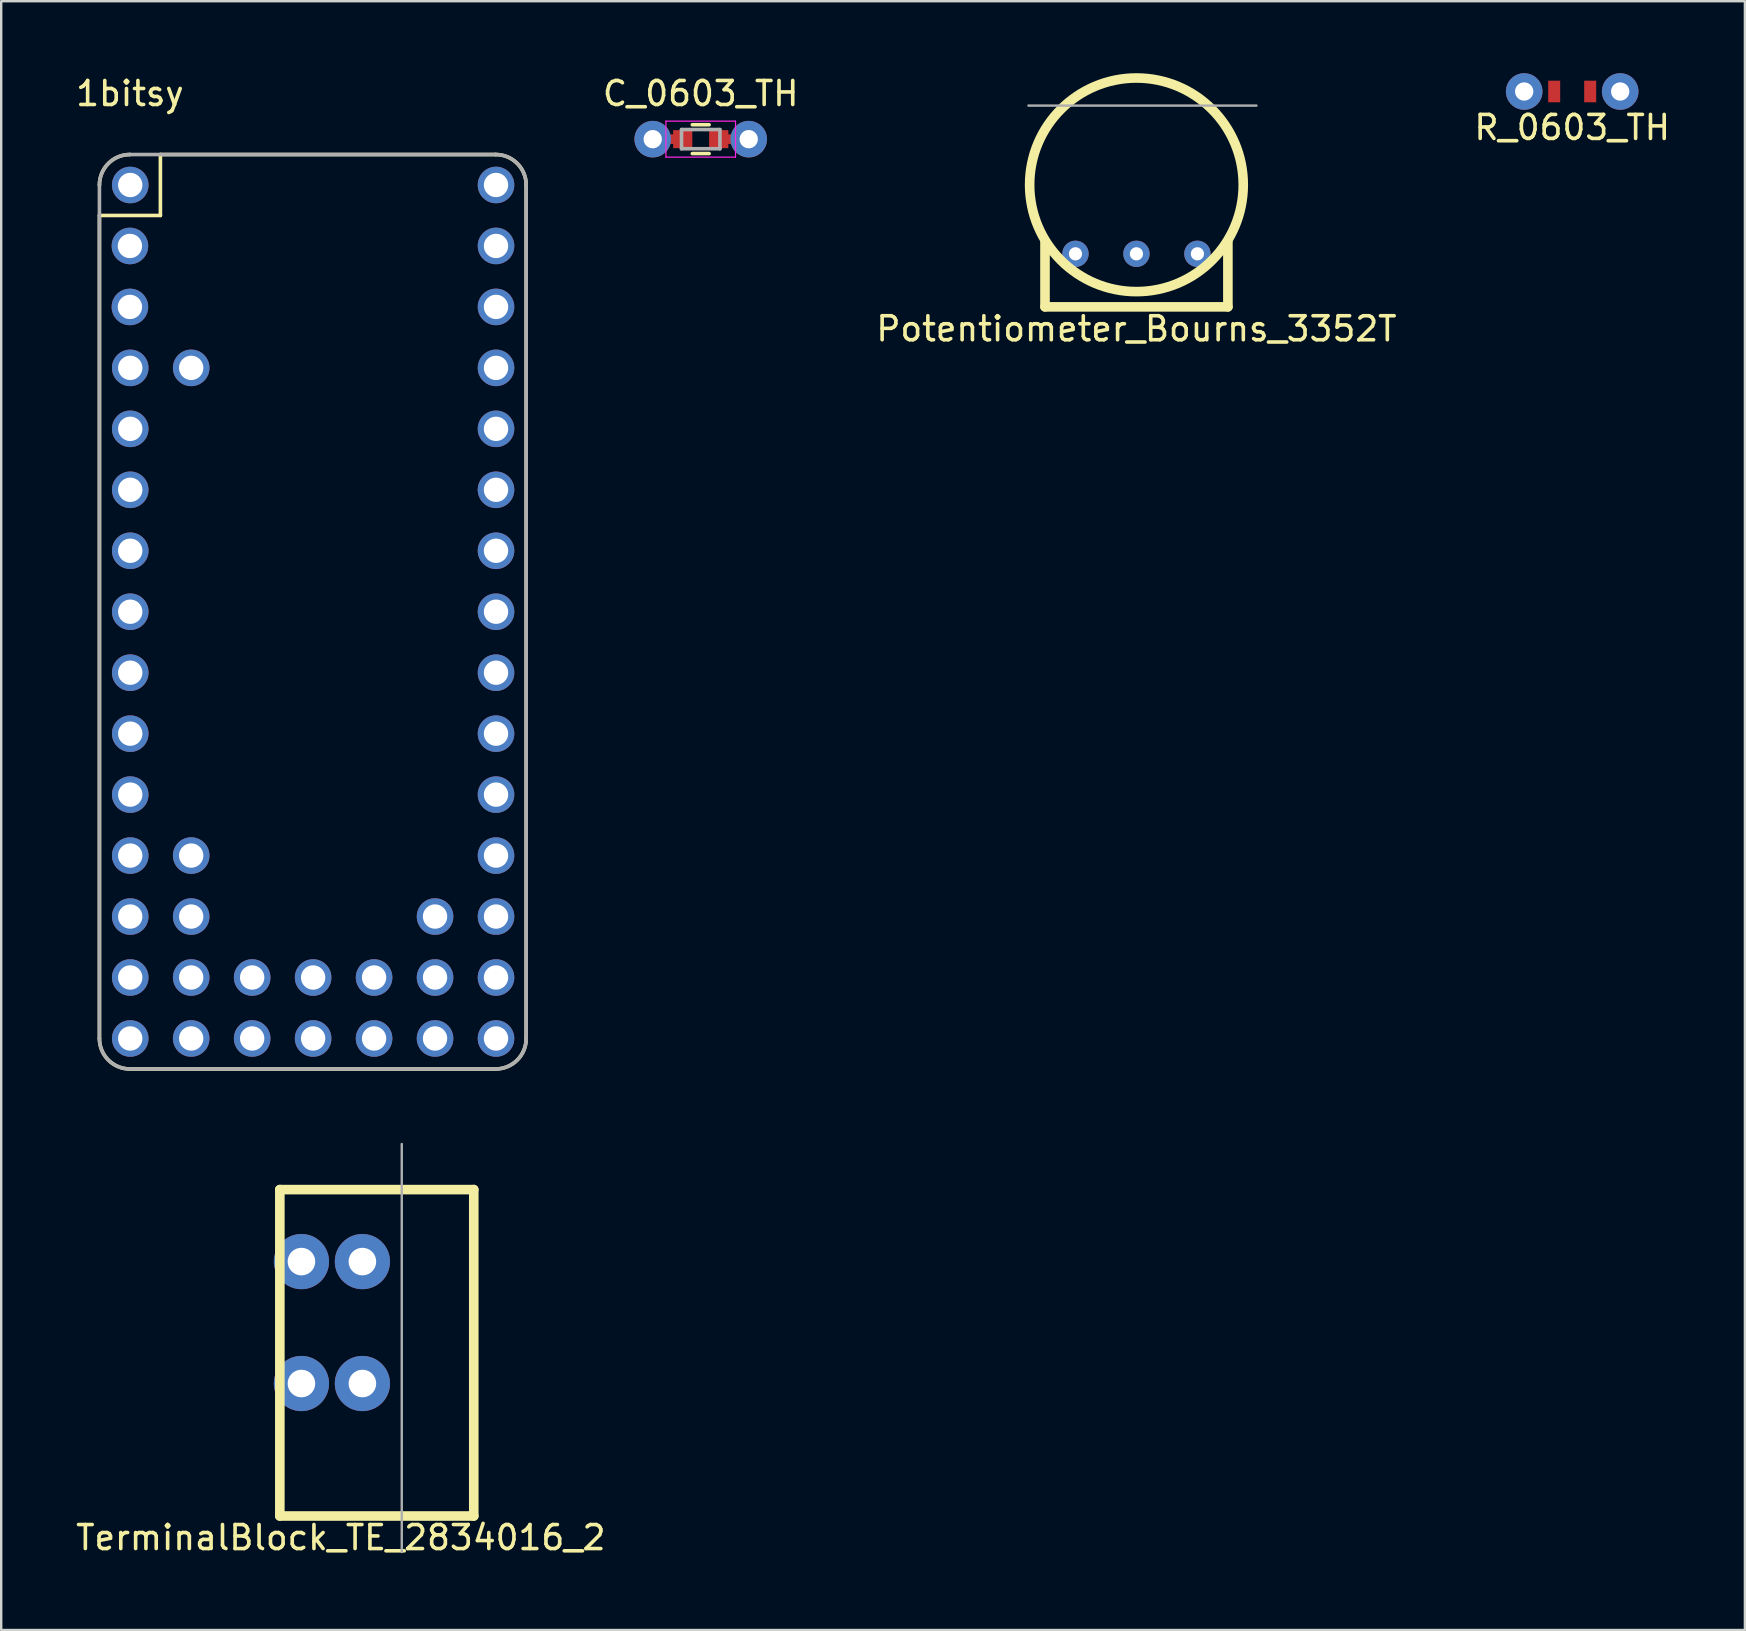
<source format=kicad_pcb>
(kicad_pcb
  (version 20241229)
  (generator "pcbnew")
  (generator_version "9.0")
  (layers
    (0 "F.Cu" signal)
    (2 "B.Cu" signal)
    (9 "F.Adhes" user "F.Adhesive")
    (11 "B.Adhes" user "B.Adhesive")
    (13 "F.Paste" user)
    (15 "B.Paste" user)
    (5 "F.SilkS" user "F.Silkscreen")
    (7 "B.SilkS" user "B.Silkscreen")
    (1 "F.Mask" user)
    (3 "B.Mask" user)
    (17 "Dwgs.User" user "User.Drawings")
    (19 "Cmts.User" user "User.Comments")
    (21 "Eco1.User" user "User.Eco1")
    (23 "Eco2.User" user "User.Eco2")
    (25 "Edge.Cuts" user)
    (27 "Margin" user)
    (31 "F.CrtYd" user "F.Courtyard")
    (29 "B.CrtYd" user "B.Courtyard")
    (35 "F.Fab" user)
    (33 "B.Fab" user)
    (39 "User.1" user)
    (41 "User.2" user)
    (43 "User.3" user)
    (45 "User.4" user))
  (footprint "R_0603_TH"
    (layer "F.Cu")
    (at 60.454 0.762)
    (property "Reference" "R_0603_TH" (at 2 1.5 0) (layer "F.SilkS") (effects (font (size 1 1) (thickness 0.15))))
    (attr through_hole)
    (pad "1" thru_hole circle (at 0 0) (size 1.524 1.524) (drill 0.762) (layers "*.Cu" "*.Mask"))
    (pad "1" smd rect (at 1.25 0) (size 0.5 0.9) (layers "F.Cu" "F.Mask" "F.Paste"))
    (pad "2" smd rect (at 2.75 0) (size 0.5 0.9) (layers "F.Cu" "F.Mask" "F.Paste"))
    (pad "2" thru_hole circle (at 4 0) (size 1.524 1.524) (drill 0.762) (layers "*.Cu" "*.Mask")))
  (footprint "1bitsy"
    (layer "F.Cu")
    (at 2.363 4.658)
    (property "Reference" "1bitsy" (at 0 -3.81 0) (layer "F.SilkS") (effects (font (size 1 1) (thickness 0.15))))
    (attr through_hole)
    (fp_line (start -1.27 1.27) (end -1.27 35.56) (stroke (width 0.15) (type solid)) (layer "F.SilkS"))
    (fp_line (start 0 36.83) (end 15.24 36.83) (stroke (width 0.15) (type solid)) (layer "F.SilkS"))
    (fp_line (start 1.27 -1.27) (end 1.27 1.27) (stroke (width 0.15) (type solid)) (layer "F.SilkS"))
    (fp_line (start 1.27 -1.27) (end 15.24 -1.27) (stroke (width 0.15) (type solid)) (layer "F.SilkS"))
    (fp_line (start 1.27 1.27) (end -1.27 1.27) (stroke (width 0.15) (type solid)) (layer "F.SilkS"))
    (fp_line (start 16.51 35.56) (end 16.51 0) (stroke (width 0.15) (type solid)) (layer "F.SilkS"))
    (fp_arc (start -1.27 0) (mid -0.898026 -0.898026) (end 0 -1.27) (stroke (width 0.15) (type solid)) (layer "F.SilkS"))
    (fp_arc (start 0 36.83) (mid -0.898026 36.458026) (end -1.27 35.56) (stroke (width 0.15) (type solid)) (layer "F.SilkS"))
    (fp_arc (start 15.24 -1.27) (mid 16.138026 -0.898026) (end 16.51 0) (stroke (width 0.15) (type solid)) (layer "F.SilkS"))
    (fp_arc (start 16.51 35.56) (mid 16.138026 36.458026) (end 15.24 36.83) (stroke (width 0.15) (type solid)) (layer "F.SilkS"))
    (fp_line (start -1.27 35.56) (end -1.27 0) (stroke (width 0.15) (type solid)) (layer "F.Fab"))
    (fp_line (start 0 -1.27) (end 15.24 -1.27) (stroke (width 0.15) (type solid)) (layer "F.Fab"))
    (fp_line (start 15.24 36.83) (end 0 36.83) (stroke (width 0.15) (type solid)) (layer "F.Fab"))
    (fp_line (start 16.51 0) (end 16.51 35.56) (stroke (width 0.15) (type solid)) (layer "F.Fab"))
    (fp_arc (start -1.27 0) (mid -0.898026 -0.898026) (end 0 -1.27) (stroke (width 0.15) (type solid)) (layer "F.Fab"))
    (fp_arc (start 0 36.83) (mid -0.898026 36.458026) (end -1.27 35.56) (stroke (width 0.15) (type solid)) (layer "F.Fab"))
    (fp_arc (start 15.24 -1.27) (mid 16.138026 -0.898026) (end 16.51 0) (stroke (width 0.15) (type solid)) (layer "F.Fab"))
    (fp_arc (start 16.51 35.56) (mid 16.138026 36.458026) (end 15.24 36.83) (stroke (width 0.15) (type solid)) (layer "F.Fab"))
    (pad "1" thru_hole circle (at 0.013 0 270) (size 1.524 1.524) (drill 1.016) (layers "*.Cu" "*.Mask"))
    (pad "2" thru_hole circle (at 0 2.54 270) (size 1.524 1.524) (drill 1.016) (layers "*.Cu" "*.Mask"))
    (pad "3" thru_hole circle (at 0 5.08 270) (size 1.524 1.524) (drill 1.016) (layers "*.Cu" "*.Mask"))
    (pad "4" thru_hole circle (at 0.013 7.619 270) (size 1.524 1.524) (drill 1.016) (layers "*.Cu" "*.Mask"))
    (pad "5" thru_hole circle (at 0.013 10.159 270) (size 1.524 1.524) (drill 1.016) (layers "*.Cu" "*.Mask"))
    (pad "6" thru_hole circle (at 0.013 12.699 270) (size 1.524 1.524) (drill 1.016) (layers "*.Cu" "*.Mask"))
    (pad "7" thru_hole circle (at 0.013 15.239 270) (size 1.524 1.524) (drill 1.016) (layers "*.Cu" "*.Mask"))
    (pad "8" thru_hole circle (at 0.013 17.779 270) (size 1.524 1.524) (drill 1.016) (layers "*.Cu" "*.Mask"))
    (pad "9" thru_hole circle (at 0.013 20.319 270) (size 1.524 1.524) (drill 1.016) (layers "*.Cu" "*.Mask"))
    (pad "10" thru_hole circle (at 0.013 22.859 270) (size 1.524 1.524) (drill 1.016) (layers "*.Cu" "*.Mask"))
    (pad "11" thru_hole circle (at 0.013 25.399 270) (size 1.524 1.524) (drill 1.016) (layers "*.Cu" "*.Mask"))
    (pad "12" thru_hole circle (at 0.013 27.939 270) (size 1.524 1.524) (drill 1.016) (layers "*.Cu" "*.Mask"))
    (pad "13" thru_hole circle (at 0.013 30.479 270) (size 1.524 1.524) (drill 1.016) (layers "*.Cu" "*.Mask"))
    (pad "14" thru_hole circle (at 0.013 33.019 270) (size 1.524 1.524) (drill 1.016) (layers "*.Cu" "*.Mask"))
    (pad "15" thru_hole circle (at 0.013 35.559 270) (size 1.524 1.524) (drill 1.016) (layers "*.Cu" "*.Mask"))
    (pad "16" thru_hole circle (at 15.253 35.559 270) (size 1.524 1.524) (drill 1.016) (layers "*.Cu" "*.Mask"))
    (pad "17" thru_hole circle (at 15.253 33.019 270) (size 1.524 1.524) (drill 1.016) (layers "*.Cu" "*.Mask"))
    (pad "18" thru_hole circle (at 15.253 30.479 270) (size 1.524 1.524) (drill 1.016) (layers "*.Cu" "*.Mask"))
    (pad "19" thru_hole circle (at 15.253 27.939 270) (size 1.524 1.524) (drill 1.016) (layers "*.Cu" "*.Mask"))
    (pad "20" thru_hole circle (at 15.253 25.399 270) (size 1.524 1.524) (drill 1.016) (layers "*.Cu" "*.Mask"))
    (pad "21" thru_hole circle (at 15.253 22.859 270) (size 1.524 1.524) (drill 1.016) (layers "*.Cu" "*.Mask"))
    (pad "22" thru_hole circle (at 15.253 20.319 270) (size 1.524 1.524) (drill 1.016) (layers "*.Cu" "*.Mask"))
    (pad "23" thru_hole circle (at 15.253 17.779 270) (size 1.524 1.524) (drill 1.016) (layers "*.Cu" "*.Mask"))
    (pad "24" thru_hole circle (at 15.253 15.239 270) (size 1.524 1.524) (drill 1.016) (layers "*.Cu" "*.Mask"))
    (pad "25" thru_hole circle (at 15.253 12.699 270) (size 1.524 1.524) (drill 1.016) (layers "*.Cu" "*.Mask"))
    (pad "26" thru_hole circle (at 15.253 10.159 270) (size 1.524 1.524) (drill 1.016) (layers "*.Cu" "*.Mask"))
    (pad "27" thru_hole circle (at 15.253 7.619 270) (size 1.524 1.524) (drill 1.016) (layers "*.Cu" "*.Mask"))
    (pad "28" thru_hole circle (at 15.253 5.079 270) (size 1.524 1.524) (drill 1.016) (layers "*.Cu" "*.Mask"))
    (pad "29" thru_hole circle (at 15.253 2.539 270) (size 1.524 1.524) (drill 1.016) (layers "*.Cu" "*.Mask"))
    (pad "30" thru_hole circle (at 15.253 -0.001 270) (size 1.524 1.524) (drill 1.016) (layers "*.Cu" "*.Mask"))
    (pad "31" thru_hole circle (at 2.553 33.019 270) (size 1.524 1.524) (drill 1.016) (layers "*.Cu" "*.Mask"))
    (pad "32" thru_hole circle (at 2.553 35.559 270) (size 1.524 1.524) (drill 1.016) (layers "*.Cu" "*.Mask"))
    (pad "33" thru_hole circle (at 5.093 33.019 270) (size 1.524 1.524) (drill 1.016) (layers "*.Cu" "*.Mask"))
    (pad "34" thru_hole circle (at 5.093 35.559 270) (size 1.524 1.524) (drill 1.016) (layers "*.Cu" "*.Mask"))
    (pad "35" thru_hole circle (at 7.633 33.019 270) (size 1.524 1.524) (drill 1.016) (layers "*.Cu" "*.Mask"))
    (pad "36" thru_hole circle (at 7.633 35.559 270) (size 1.524 1.524) (drill 1.016) (layers "*.Cu" "*.Mask"))
    (pad "37" thru_hole circle (at 10.173 33.019 270) (size 1.524 1.524) (drill 1.016) (layers "*.Cu" "*.Mask"))
    (pad "38" thru_hole circle (at 10.173 35.559 270) (size 1.524 1.524) (drill 1.016) (layers "*.Cu" "*.Mask"))
    (pad "39" thru_hole circle (at 12.713 33.019 270) (size 1.524 1.524) (drill 1.016) (layers "*.Cu" "*.Mask"))
    (pad "40" thru_hole circle (at 12.713 35.559 270) (size 1.524 1.524) (drill 1.016) (layers "*.Cu" "*.Mask"))
    (pad "41" thru_hole circle (at 2.553 7.619 270) (size 1.524 1.524) (drill 1.016) (layers "*.Cu" "*.Mask"))
    (pad "42" thru_hole circle (at 2.553 27.939 270) (size 1.524 1.524) (drill 1.016) (layers "*.Cu" "*.Mask"))
    (pad "43" thru_hole circle (at 2.553 30.479 270) (size 1.524 1.524) (drill 1.016) (layers "*.Cu" "*.Mask"))
    (pad "44" thru_hole circle (at 12.713 30.479 270) (size 1.524 1.524) (drill 1.016) (layers "*.Cu" "*.Mask")))
  (footprint "Potentiometer_Bourns_3352T"
    (layer "F.Cu")
    (at 44.299 4.65)
    (property "Reference" "Potentiometer_Bourns_3352T" (at 0 6 0) (layer "F.SilkS") (effects (font (size 1 1) (thickness 0.15))))
    (attr through_hole)
    (fp_line (start -3.81 5.085) (end -3.81 2.4) (stroke (width 0.4) (type solid)) (layer "F.SilkS"))
    (fp_line (start -3.81 5.085) (end 3.81 5.085) (stroke (width 0.4) (type solid)) (layer "F.SilkS"))
    (fp_line (start 3.81 5.085) (end 3.81 2.4) (stroke (width 0.4) (type solid)) (layer "F.SilkS"))
    (fp_circle (center 0 0) (end 0 -4.45) (stroke (width 0.4) (type solid)) (fill no) (layer "F.SilkS"))
    (fp_line (start 5 -3.3) (end -4.5 -3.3) (stroke (width 0.1) (type solid)) (layer "F.Fab"))
    (pad "1" thru_hole circle (at -2.54 2.875) (size 1.1 1.1) (drill 0.55) (layers "*.Cu" "*.Mask"))
    (pad "2" thru_hole circle (at 0 2.875) (size 1.1 1.1) (drill 0.55) (layers "*.Cu" "*.Mask"))
    (pad "3" thru_hole circle (at 2.54 2.875) (size 1.1 1.1) (drill 0.55) (layers "*.Cu" "*.Mask")))
  (footprint "C_0603_TH"
    (layer "F.Cu")
    (at 24.145 2.748)
    (property "Reference" "C_0603_TH" (at 2 -1.9 0) (layer "F.SilkS") (effects (font (size 1 1) (thickness 0.15))))
    (attr smd)
    (fp_line (start 0 0) (end 1 0) (stroke (width 0.4) (type solid)) (layer "F.Cu"))
    (fp_line (start 4 0) (end 3 0) (stroke (width 0.4) (type solid)) (layer "F.Cu"))
    (fp_line (start 1.65 -0.6) (end 2.35 -0.6) (stroke (width 0.15) (type solid)) (layer "F.SilkS"))
    (fp_line (start 2.35 0.6) (end 1.65 0.6) (stroke (width 0.15) (type solid)) (layer "F.SilkS"))
    (fp_line (start 0.55 -0.75) (end 0.55 0.75) (stroke (width 0.05) (type solid)) (layer "F.CrtYd"))
    (fp_line (start 0.55 -0.75) (end 3.45 -0.75) (stroke (width 0.05) (type solid)) (layer "F.CrtYd"))
    (fp_line (start 0.55 0.75) (end 3.45 0.75) (stroke (width 0.05) (type solid)) (layer "F.CrtYd"))
    (fp_line (start 3.45 -0.75) (end 3.45 0.75) (stroke (width 0.05) (type solid)) (layer "F.CrtYd"))
    (fp_line (start 1.2 -0.4) (end 2.8 -0.4) (stroke (width 0.15) (type solid)) (layer "F.Fab"))
    (fp_line (start 1.2 0.4) (end 1.2 -0.4) (stroke (width 0.15) (type solid)) (layer "F.Fab"))
    (fp_line (start 2.8 -0.4) (end 2.8 0.4) (stroke (width 0.15) (type solid)) (layer "F.Fab"))
    (fp_line (start 2.8 0.4) (end 1.2 0.4) (stroke (width 0.15) (type solid)) (layer "F.Fab"))
    (pad "1" thru_hole circle (at 0 0) (size 1.524 1.524) (drill 0.762) (layers "*.Cu" "*.Mask"))
    (pad "1" smd rect (at 1.25 0) (size 0.8 0.75) (layers "F.Cu" "F.Mask" "F.Paste"))
    (pad "2" smd rect (at 2.75 0) (size 0.8 0.75) (layers "F.Cu" "F.Mask" "F.Paste"))
    (pad "2" thru_hole circle (at 4 0) (size 1.524 1.524) (drill 0.762) (layers "*.Cu" "*.Mask")))
  (footprint "TerminalBlock_TE_2834016_2"
    (layer "F.Cu")
    (at 13.689 60.113)
    (property "Reference" "TerminalBlock_TE_2834016_2" (at -2.54 0.9 0) (layer "F.SilkS") (effects (font (size 1 1) (thickness 0.15))))
    (attr through_hole)
    (fp_line (start -5.08 -13.6) (end 3 -13.6) (stroke (width 0.4) (type solid)) (layer "F.SilkS"))
    (fp_line (start -5.08 0) (end -5.08 -13.6) (stroke (width 0.4) (type solid)) (layer "F.SilkS"))
    (fp_line (start 3 -13.6) (end 3 0) (stroke (width 0.4) (type solid)) (layer "F.SilkS"))
    (fp_line (start 3 0) (end -5.08 0) (stroke (width 0.4) (type solid)) (layer "F.SilkS"))
    (fp_line (start 0 1.5) (end 0 -15.5) (stroke (width 0.1) (type solid)) (layer "F.Fab"))
    (pad "1" thru_hole circle (at -4.18 -10.6) (size 2.3 2.3) (drill 1.15) (layers "*.Cu" "*.Mask"))
    (pad "1" thru_hole circle (at -4.18 -5.52) (size 2.3 2.3) (drill 1.15) (layers "*.Cu" "*.Mask"))
    (pad "2" thru_hole circle (at -1.64 -10.6) (size 2.3 2.3) (drill 1.15) (layers "*.Cu" "*.Mask"))
    (pad "2" thru_hole circle (at -1.64 -5.52) (size 2.3 2.3) (drill 1.15) (layers "*.Cu" "*.Mask")))
  (gr_rect
    (start -3 -3)
    (end 69.65 64.862)
    (stroke (width 0.1) (type default))
    (fill no)
    (layer "Edge.Cuts")))
</source>
